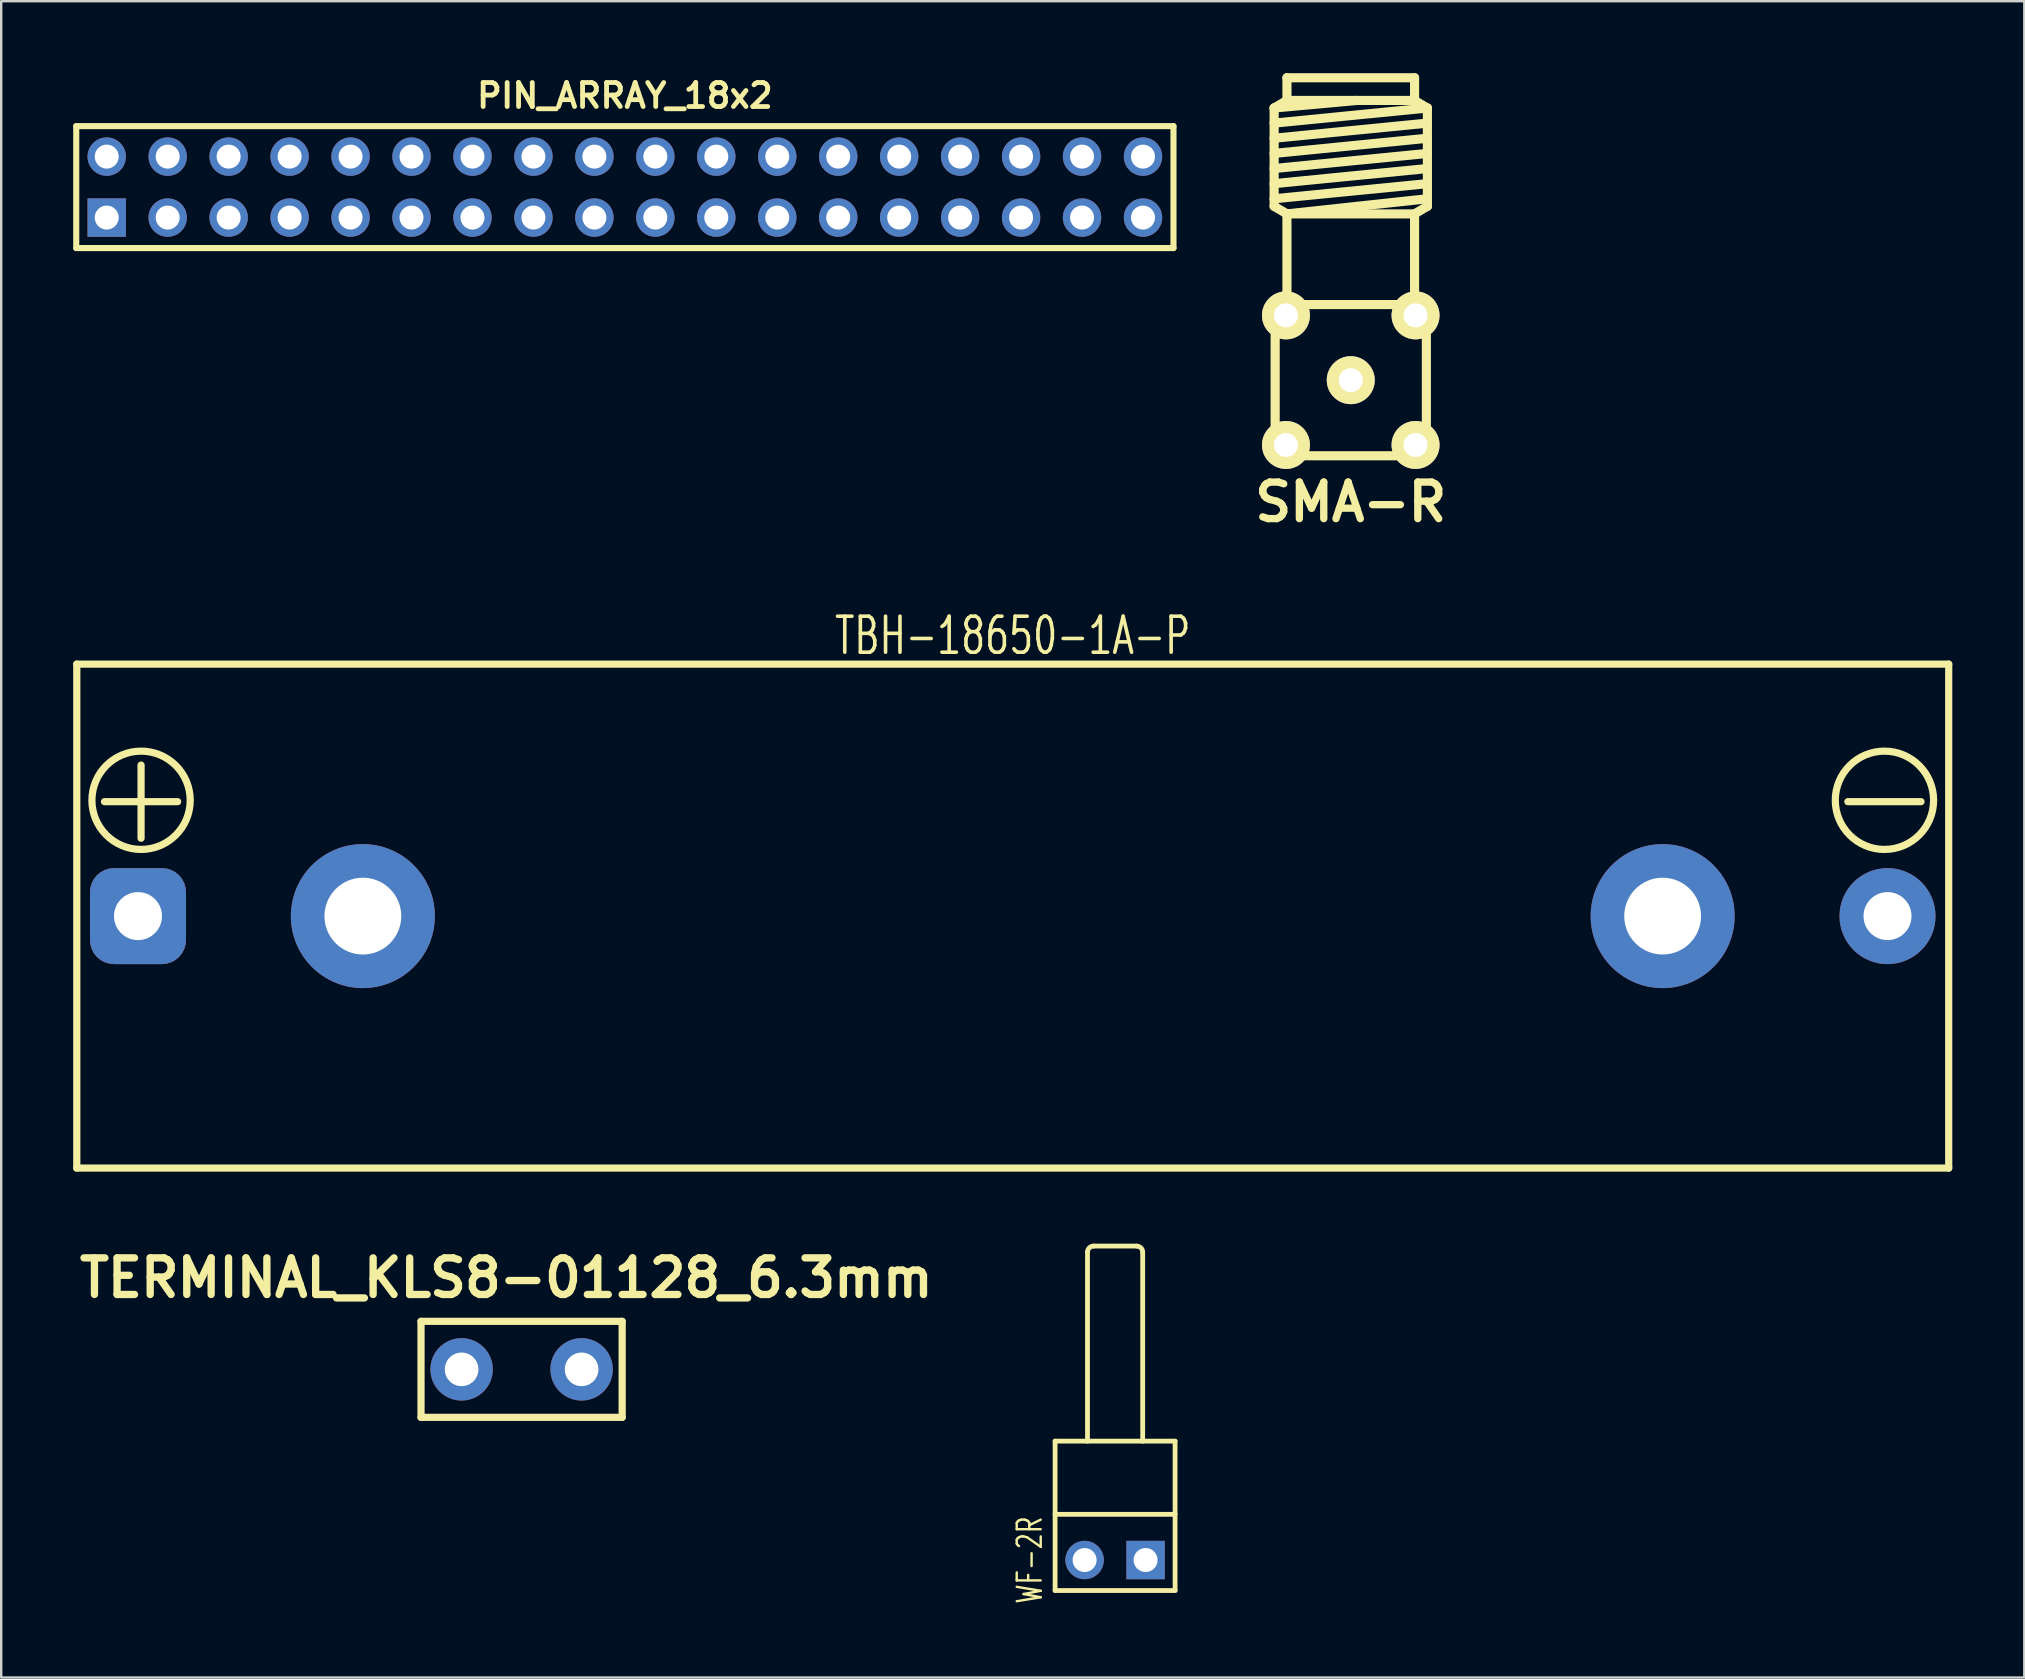
<source format=kicad_pcb>
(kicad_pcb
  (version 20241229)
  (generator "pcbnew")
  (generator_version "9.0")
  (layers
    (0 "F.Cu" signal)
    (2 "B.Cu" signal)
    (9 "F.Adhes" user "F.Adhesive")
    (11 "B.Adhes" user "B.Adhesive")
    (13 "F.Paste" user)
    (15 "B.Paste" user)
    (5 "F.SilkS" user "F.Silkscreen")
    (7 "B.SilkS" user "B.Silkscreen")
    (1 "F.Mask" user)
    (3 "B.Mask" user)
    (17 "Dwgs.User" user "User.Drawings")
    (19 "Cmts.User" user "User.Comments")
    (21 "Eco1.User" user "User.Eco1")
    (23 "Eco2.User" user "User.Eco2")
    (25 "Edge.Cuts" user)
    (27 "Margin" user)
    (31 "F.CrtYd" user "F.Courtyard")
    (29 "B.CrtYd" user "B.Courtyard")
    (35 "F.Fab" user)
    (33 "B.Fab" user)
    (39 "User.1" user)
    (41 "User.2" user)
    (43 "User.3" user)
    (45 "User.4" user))
  (footprint "TBH-18650-1A-P"
    (layer "F.Cu")
    (at 39.15 35.123)
    (property "Reference" "TBH-18650-1A-P" (at 0 -11.684 0) (layer "F.SilkS") (effects (font (size 1.5 1.05) (thickness 0.15))))
    (attr through_hole)
    (fp_line (start -39 -10.5) (end -39 10.5) (stroke (width 0.3) (type solid)) (layer "F.SilkS"))
    (fp_line (start -39 -10.5) (end 39 -10.5) (stroke (width 0.3) (type solid)) (layer "F.SilkS"))
    (fp_line (start -39 10.5) (end 39 10.5) (stroke (width 0.3) (type solid)) (layer "F.SilkS"))
    (fp_line (start 39 -10.5) (end 39 10.5) (stroke (width 0.3) (type solid)) (layer "F.SilkS"))
    (fp_circle (center -36.322 -4.826) (end -34.274 -4.826) (stroke (width 0.3) (type solid)) (fill no) (layer "F.SilkS"))
    (fp_circle (center 36.322 -4.826) (end 38.37 -4.826) (stroke (width 0.3) (type solid)) (fill no) (layer "F.SilkS"))
    (fp_text user "-" (at 36.322 -5.08 0) (layer "F.SilkS") (effects (font (size 4 4) (thickness 0.3))))
    (fp_text user "+" (at -36.322 -5.08 0) (layer "F.SilkS") (effects (font (size 4 4) (thickness 0.3))))
    (pad "1" thru_hole roundrect (at -36.45 0) (size 4 4) (drill 2) (layers "*.Cu" "*.Mask") (roundrect_rratio 0.25))
    (pad "2" thru_hole circle (at 36.45 0) (size 4 4) (drill 2) (layers "*.Cu" "*.Mask"))
    (pad "~" thru_hole circle (at -27.08 0) (size 6 6) (drill 3.2) (layers "*.Cu" "*.Mask"))
    (pad "~" thru_hole circle (at 27.08 0) (size 6 6) (drill 3.2) (layers "*.Cu" "*.Mask")))
  (footprint "TERMINAL_KLS8-01128_6.3mm"
    (layer "F.Cu")
    (at 18.684 54.009)
    (property "Reference" "TERMINAL_KLS8-01128_6.3mm" (at -0.635 -3.81 0) (layer "F.SilkS") (effects (font (size 1.524 1.524) (thickness 0.305))))
    (attr through_hole)
    (fp_line (start -4.191 2) (end -4.191 -2) (stroke (width 0.3) (type solid)) (layer "F.SilkS"))
    (fp_line (start -4.191 2) (end 4.191 2) (stroke (width 0.3) (type solid)) (layer "F.SilkS"))
    (fp_line (start 4.191 -2) (end -4.191 -2) (stroke (width 0.3) (type solid)) (layer "F.SilkS"))
    (fp_line (start 4.191 2) (end 4.191 -2) (stroke (width 0.3) (type solid)) (layer "F.SilkS"))
    (pad "1" thru_hole circle (at -2.5 0) (size 2.6 2.6) (drill 1.4) (layers "*.Cu" "*.Mask"))
    (pad "1" thru_hole circle (at 2.5 0) (size 2.6 2.6) (drill 1.4) (layers "*.Cu" "*.Mask")))
  (footprint "WF-2R"
    (layer "F.Cu")
    (at 43.414 61.954)
    (property "Reference" "WF-2R" (at -3.556 0 90) (layer "F.SilkS") (effects (font (size 1 0.7) (thickness 0.1))))
    (attr through_hole)
    (fp_line (start -2.5 1.27) (end -2.5 -4.953) (stroke (width 0.2) (type solid)) (layer "F.SilkS"))
    (fp_line (start -1.15 -4.953) (end -1.15 -12.827) (stroke (width 0.2) (type solid)) (layer "F.SilkS"))
    (fp_line (start -0.896 -13.081) (end 0.896 -13.081) (stroke (width 0.2) (type solid)) (layer "F.SilkS"))
    (fp_line (start 1.15 -12.827) (end 1.15 -4.953) (stroke (width 0.2) (type solid)) (layer "F.SilkS"))
    (fp_line (start 2.5 -4.953) (end -2.5 -4.953) (stroke (width 0.2) (type solid)) (layer "F.SilkS"))
    (fp_line (start 2.5 -1.905) (end -2.5 -1.905) (stroke (width 0.2) (type solid)) (layer "F.SilkS"))
    (fp_line (start 2.5 1.27) (end -2.5 1.27) (stroke (width 0.2) (type solid)) (layer "F.SilkS"))
    (fp_line (start 2.5 1.27) (end 2.5 -4.953) (stroke (width 0.2) (type solid)) (layer "F.SilkS"))
    (fp_arc (start -1.15 -12.827) (mid -1.075605 -13.006605) (end -0.896 -13.081) (stroke (width 0.2) (type solid)) (layer "F.SilkS"))
    (fp_arc (start 0.896 -13.081) (mid 1.075605 -13.006605) (end 1.15 -12.827) (stroke (width 0.2) (type solid)) (layer "F.SilkS"))
    (pad "1" thru_hole trapezoid (at 1.27 0) (size 1.6 1.6) (drill 1) (layers "*.Cu" "*.Mask"))
    (pad "2" thru_hole circle (at -1.27 0) (size 1.6 1.6) (drill 1) (layers "*.Cu" "*.Mask")))
  (footprint "PIN_ARRAY_18x2"
    (layer "F.Cu")
    (at 22.987 3.476)
    (property "Reference" "PIN_ARRAY_18x2" (at 0 -2.54 0) (layer "F.SilkS") (effects (font (size 1 1) (thickness 0.2))))
    (attr through_hole)
    (fp_line (start -22.86 3.81) (end -22.86 -1.27) (stroke (width 0.254) (type solid)) (layer "F.SilkS"))
    (fp_line (start -22.86 3.81) (end 22.86 3.81) (stroke (width 0.254) (type solid)) (layer "F.SilkS"))
    (fp_line (start 22.86 -1.27) (end -22.86 -1.27) (stroke (width 0.254) (type solid)) (layer "F.SilkS"))
    (fp_line (start 22.86 3.81) (end 22.86 -1.27) (stroke (width 0.254) (type solid)) (layer "F.SilkS"))
    (pad "1" thru_hole rect (at -21.59 2.54) (size 1.6 1.6) (drill 1) (layers "*.Cu" "*.Mask"))
    (pad "2" thru_hole circle (at -21.59 0) (size 1.6 1.6) (drill 1) (layers "*.Cu" "*.Mask"))
    (pad "3" thru_hole circle (at -19.05 2.54) (size 1.6 1.6) (drill 1) (layers "*.Cu" "*.Mask"))
    (pad "4" thru_hole circle (at -19.05 0) (size 1.6 1.6) (drill 1) (layers "*.Cu" "*.Mask"))
    (pad "5" thru_hole circle (at -16.51 2.54) (size 1.6 1.6) (drill 1) (layers "*.Cu" "*.Mask"))
    (pad "6" thru_hole circle (at -16.51 0) (size 1.6 1.6) (drill 1) (layers "*.Cu" "*.Mask"))
    (pad "7" thru_hole circle (at -13.97 2.54) (size 1.6 1.6) (drill 1) (layers "*.Cu" "*.Mask"))
    (pad "8" thru_hole circle (at -13.97 0) (size 1.6 1.6) (drill 1) (layers "*.Cu" "*.Mask"))
    (pad "9" thru_hole circle (at -11.43 2.54) (size 1.6 1.6) (drill 1) (layers "*.Cu" "*.Mask"))
    (pad "10" thru_hole circle (at -11.43 0) (size 1.6 1.6) (drill 1) (layers "*.Cu" "*.Mask"))
    (pad "11" thru_hole circle (at -8.89 2.54) (size 1.6 1.6) (drill 1) (layers "*.Cu" "*.Mask"))
    (pad "12" thru_hole circle (at -8.89 0) (size 1.6 1.6) (drill 1) (layers "*.Cu" "*.Mask"))
    (pad "13" thru_hole circle (at -6.35 2.54) (size 1.6 1.6) (drill 1) (layers "*.Cu" "*.Mask"))
    (pad "14" thru_hole circle (at -6.35 0) (size 1.6 1.6) (drill 1) (layers "*.Cu" "*.Mask"))
    (pad "15" thru_hole circle (at -3.81 2.54) (size 1.6 1.6) (drill 1) (layers "*.Cu" "*.Mask"))
    (pad "16" thru_hole circle (at -3.81 0) (size 1.6 1.6) (drill 1) (layers "*.Cu" "*.Mask"))
    (pad "17" thru_hole circle (at -1.27 2.54) (size 1.6 1.6) (drill 1) (layers "*.Cu" "*.Mask"))
    (pad "18" thru_hole circle (at -1.27 0) (size 1.6 1.6) (drill 1) (layers "*.Cu" "*.Mask"))
    (pad "19" thru_hole circle (at 1.27 2.54) (size 1.6 1.6) (drill 1) (layers "*.Cu" "*.Mask"))
    (pad "20" thru_hole circle (at 1.27 0) (size 1.6 1.6) (drill 1) (layers "*.Cu" "*.Mask"))
    (pad "21" thru_hole circle (at 3.81 2.54) (size 1.6 1.6) (drill 1) (layers "*.Cu" "*.Mask"))
    (pad "22" thru_hole circle (at 3.81 0) (size 1.6 1.6) (drill 1) (layers "*.Cu" "*.Mask"))
    (pad "23" thru_hole oval (at 6.35 2.54) (size 1.6 1.6) (drill 1) (layers "*.Cu" "*.Mask"))
    (pad "24" thru_hole circle (at 6.35 0) (size 1.6 1.6) (drill 1) (layers "*.Cu" "*.Mask"))
    (pad "25" thru_hole circle (at 8.89 2.54) (size 1.6 1.6) (drill 1) (layers "*.Cu" "*.Mask"))
    (pad "26" thru_hole circle (at 8.89 0) (size 1.6 1.6) (drill 1) (layers "*.Cu" "*.Mask"))
    (pad "27" thru_hole circle (at 11.43 2.54) (size 1.6 1.6) (drill 1) (layers "*.Cu" "*.Mask"))
    (pad "28" thru_hole circle (at 11.43 0) (size 1.6 1.6) (drill 1) (layers "*.Cu" "*.Mask"))
    (pad "29" thru_hole circle (at 13.97 2.54) (size 1.6 1.6) (drill 1) (layers "*.Cu" "*.Mask"))
    (pad "30" thru_hole circle (at 13.97 0) (size 1.6 1.6) (drill 1) (layers "*.Cu" "*.Mask"))
    (pad "31" thru_hole circle (at 16.51 2.54) (size 1.6 1.6) (drill 1) (layers "*.Cu" "*.Mask"))
    (pad "32" thru_hole circle (at 16.51 0) (size 1.6 1.6) (drill 1) (layers "*.Cu" "*.Mask"))
    (pad "33" thru_hole circle (at 19.05 2.54) (size 1.6 1.6) (drill 1) (layers "*.Cu" "*.Mask"))
    (pad "34" thru_hole circle (at 19.05 0) (size 1.6 1.6) (drill 1) (layers "*.Cu" "*.Mask"))
    (pad "35" thru_hole circle (at 21.59 2.54) (size 1.6 1.6) (drill 1) (layers "*.Cu" "*.Mask"))
    (pad "36" thru_hole circle (at 21.59 0) (size 1.6 1.6) (drill 1) (layers "*.Cu" "*.Mask")))
  (footprint "SMA-R"
    (layer "F.Cu")
    (at 53.234 12.791)
    (property "Reference" "SMA-R" (at 0 5.08 0) (layer "F.SilkS") (effects (font (size 1.524 1.524) (thickness 0.305))))
    (attr through_hole)
    (fp_line (start -3.193 -11.341) (end -2.659 -11.656) (stroke (width 0.381) (type solid)) (layer "F.SilkS"))
    (fp_line (start -3.193 -11.341) (end 0.267 -11.656) (stroke (width 0.381) (type solid)) (layer "F.SilkS"))
    (fp_line (start -3.193 -10.711) (end 3.193 -11.341) (stroke (width 0.381) (type solid)) (layer "F.SilkS"))
    (fp_line (start -3.193 -10.081) (end 3.193 -10.711) (stroke (width 0.381) (type solid)) (layer "F.SilkS"))
    (fp_line (start -3.193 -9.449) (end 3.193 -10.081) (stroke (width 0.381) (type solid)) (layer "F.SilkS"))
    (fp_line (start -3.193 -8.819) (end 3.193 -9.449) (stroke (width 0.381) (type solid)) (layer "F.SilkS"))
    (fp_line (start -3.193 -8.189) (end 3.193 -8.819) (stroke (width 0.381) (type solid)) (layer "F.SilkS"))
    (fp_line (start -3.193 -7.559) (end 3.193 -8.189) (stroke (width 0.381) (type solid)) (layer "F.SilkS"))
    (fp_line (start -3.193 -7.244) (end -3.193 -11.341) (stroke (width 0.381) (type solid)) (layer "F.SilkS"))
    (fp_line (start -3.15 -3.15) (end 3.15 -3.15) (stroke (width 0.381) (type solid)) (layer "F.SilkS"))
    (fp_line (start -3.15 3.15) (end -3.15 -3.15) (stroke (width 0.381) (type solid)) (layer "F.SilkS"))
    (fp_line (start -2.659 -11.656) (end -2.659 -12.601) (stroke (width 0.381) (type solid)) (layer "F.SilkS"))
    (fp_line (start -2.659 -11.656) (end 2.659 -11.656) (stroke (width 0.381) (type solid)) (layer "F.SilkS"))
    (fp_line (start -2.659 -6.929) (end -3.193 -7.244) (stroke (width 0.381) (type solid)) (layer "F.SilkS"))
    (fp_line (start -2.659 -3.15) (end -2.659 -6.929) (stroke (width 0.381) (type solid)) (layer "F.SilkS"))
    (fp_line (start 2.659 -12.601) (end -2.659 -12.601) (stroke (width 0.381) (type solid)) (layer "F.SilkS"))
    (fp_line (start 2.659 -11.656) (end 2.659 -12.601) (stroke (width 0.381) (type solid)) (layer "F.SilkS"))
    (fp_line (start 2.659 -11.656) (end 3.193 -11.341) (stroke (width 0.381) (type solid)) (layer "F.SilkS"))
    (fp_line (start 2.659 -6.929) (end -2.659 -6.929) (stroke (width 0.381) (type solid)) (layer "F.SilkS"))
    (fp_line (start 2.659 -3.15) (end 2.659 -6.929) (stroke (width 0.381) (type solid)) (layer "F.SilkS"))
    (fp_line (start 3.15 -3.15) (end 3.15 3.15) (stroke (width 0.381) (type solid)) (layer "F.SilkS"))
    (fp_line (start 3.15 3.15) (end -3.15 3.15) (stroke (width 0.381) (type solid)) (layer "F.SilkS"))
    (fp_line (start 3.193 -11.341) (end 3.193 -7.244) (stroke (width 0.381) (type solid)) (layer "F.SilkS"))
    (fp_line (start 3.193 -7.559) (end -2.659 -6.929) (stroke (width 0.381) (type solid)) (layer "F.SilkS"))
    (fp_line (start 3.193 -7.244) (end 2.659 -6.929) (stroke (width 0.381) (type solid)) (layer "F.SilkS"))
    (pad "1" thru_hole circle (at 0 0) (size 1.999 1.999) (drill 1.001) (layers "*.Cu" "*.Mask" "F.SilkS"))
    (pad "2" thru_hole circle (at -2.7 -2.7) (size 1.999 1.999) (drill 1.001) (layers "*.Cu" "*.Mask" "F.SilkS"))
    (pad "3" thru_hole circle (at 2.7 -2.7) (size 1.999 1.999) (drill 1.001) (layers "*.Cu" "*.Mask" "F.SilkS"))
    (pad "4" thru_hole circle (at 2.7 2.7) (size 1.999 1.999) (drill 1.001) (layers "*.Cu" "*.Mask" "F.SilkS"))
    (pad "5" thru_hole circle (at -2.7 2.7) (size 1.999 1.999) (drill 1.001) (layers "*.Cu" "*.Mask" "F.SilkS")))
  (gr_rect
    (start -3 -3)
    (end 81.3 66.85)
    (stroke (width 0.1) (type default))
    (fill no)
    (layer "Edge.Cuts")))
</source>
